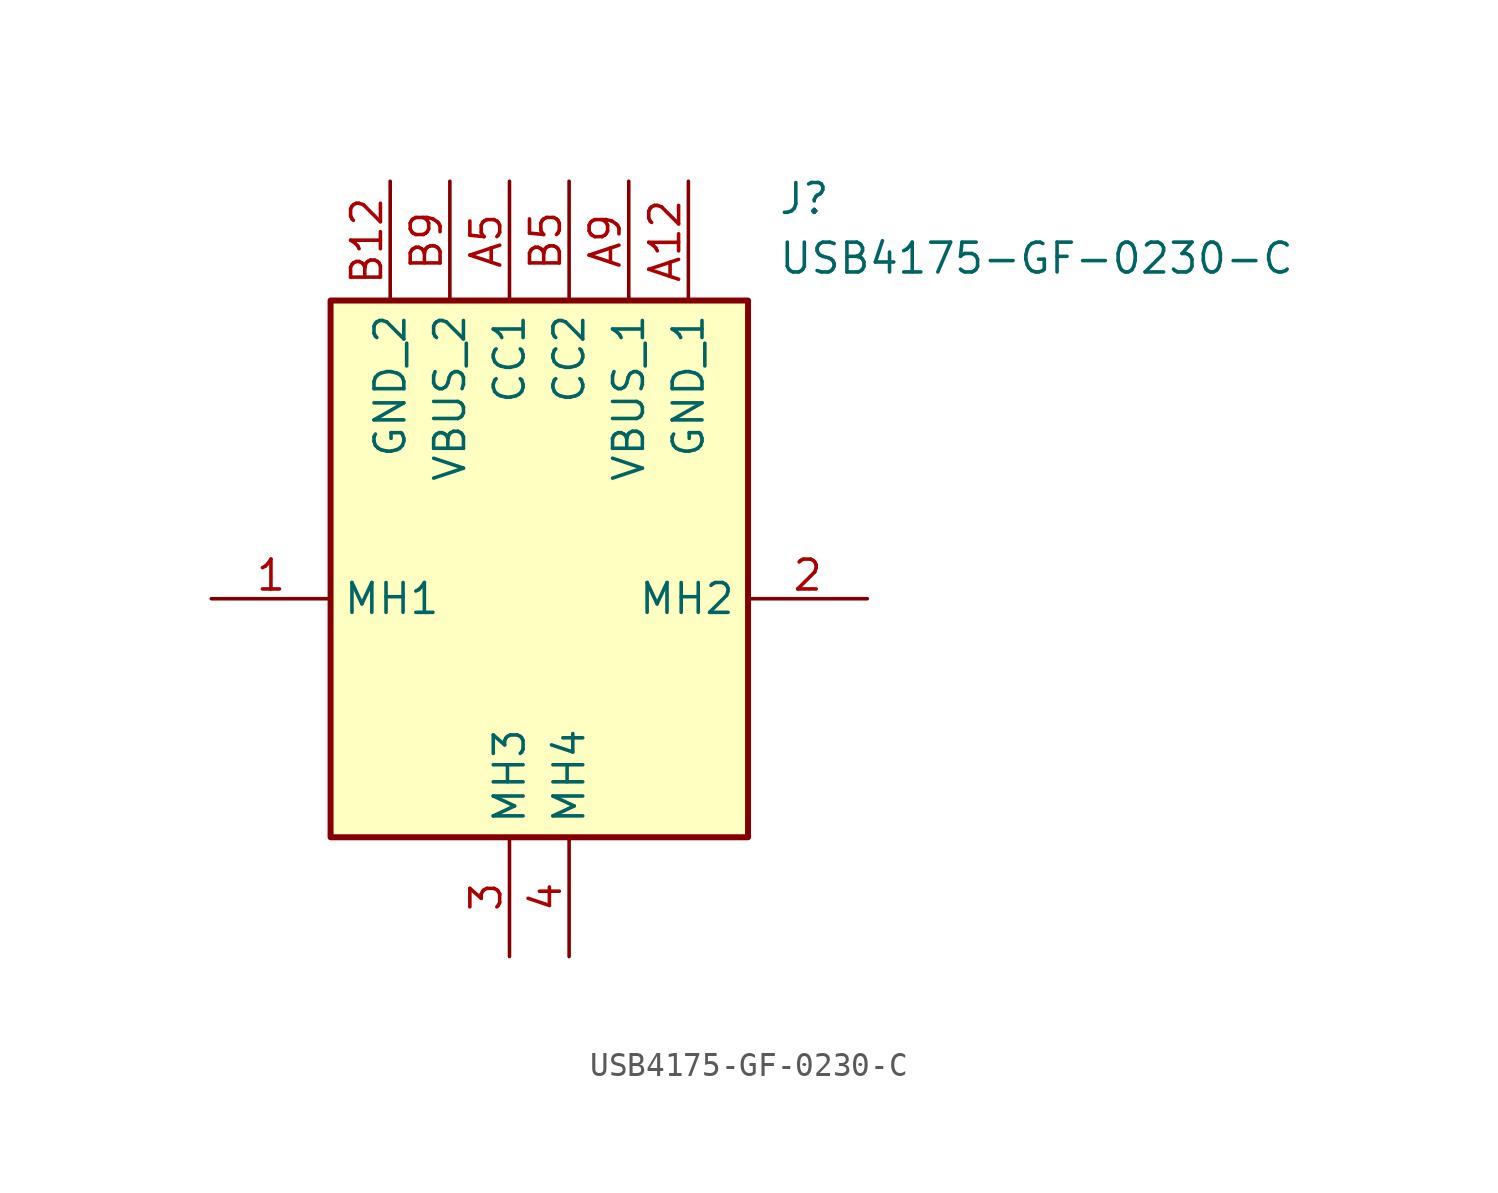
<source format=kicad_sym>
(kicad_symbol_lib
  (version 20211014)
  (generator SamacSys_ECAD_Model)
  (symbol "USB4175-GF-0230-C"
    (property "Reference" "J"
      (at 24.13 17.78 0)
      (effects (font (size 1.27 1.27)) (justify left top)))
    (property "Value" "USB4175-GF-0230-C"
      (at 24.13 15.24 0)
      (effects (font (size 1.27 1.27)) (justify left top)))
    (rectangle
      (start 5.08 12.7)
      (end 22.86 -10.16)
      (stroke (width 0.254) (type default))
      (fill (type background)))
    (pin passive line
      (at 0 0 0)
      (length 5.08)
      (name "MH1" (effects (font (size 1.27 1.27))))
      (number "1" (effects (font (size 1.27 1.27)))))
    (pin passive line
      (at 27.94 0 180)
      (length 5.08)
      (name "MH2" (effects (font (size 1.27 1.27))))
      (number "2" (effects (font (size 1.27 1.27)))))
    (pin passive line
      (at 12.7 -15.24 90)
      (length 5.08)
      (name "MH3" (effects (font (size 1.27 1.27))))
      (number "3" (effects (font (size 1.27 1.27)))))
    (pin passive line
      (at 15.24 -15.24 90)
      (length 5.08)
      (name "MH4" (effects (font (size 1.27 1.27))))
      (number "4" (effects (font (size 1.27 1.27)))))
    (pin passive line
      (at 12.7 17.78 270)
      (length 5.08)
      (name "CC1" (effects (font (size 1.27 1.27))))
      (number "A5" (effects (font (size 1.27 1.27)))))
    (pin passive line
      (at 17.78 17.78 270)
      (length 5.08)
      (name "VBUS_1" (effects (font (size 1.27 1.27))))
      (number "A9" (effects (font (size 1.27 1.27)))))
    (pin passive line
      (at 20.32 17.78 270)
      (length 5.08)
      (name "GND_1" (effects (font (size 1.27 1.27))))
      (number "A12" (effects (font (size 1.27 1.27)))))
    (pin passive line
      (at 15.24 17.78 270)
      (length 5.08)
      (name "CC2" (effects (font (size 1.27 1.27))))
      (number "B5" (effects (font (size 1.27 1.27)))))
    (pin passive line
      (at 10.16 17.78 270)
      (length 5.08)
      (name "VBUS_2" (effects (font (size 1.27 1.27))))
      (number "B9" (effects (font (size 1.27 1.27)))))
    (pin passive line
      (at 7.62 17.78 270)
      (length 5.08)
      (name "GND_2" (effects (font (size 1.27 1.27))))
      (number "B12" (effects (font (size 1.27 1.27)))))))
</source>
